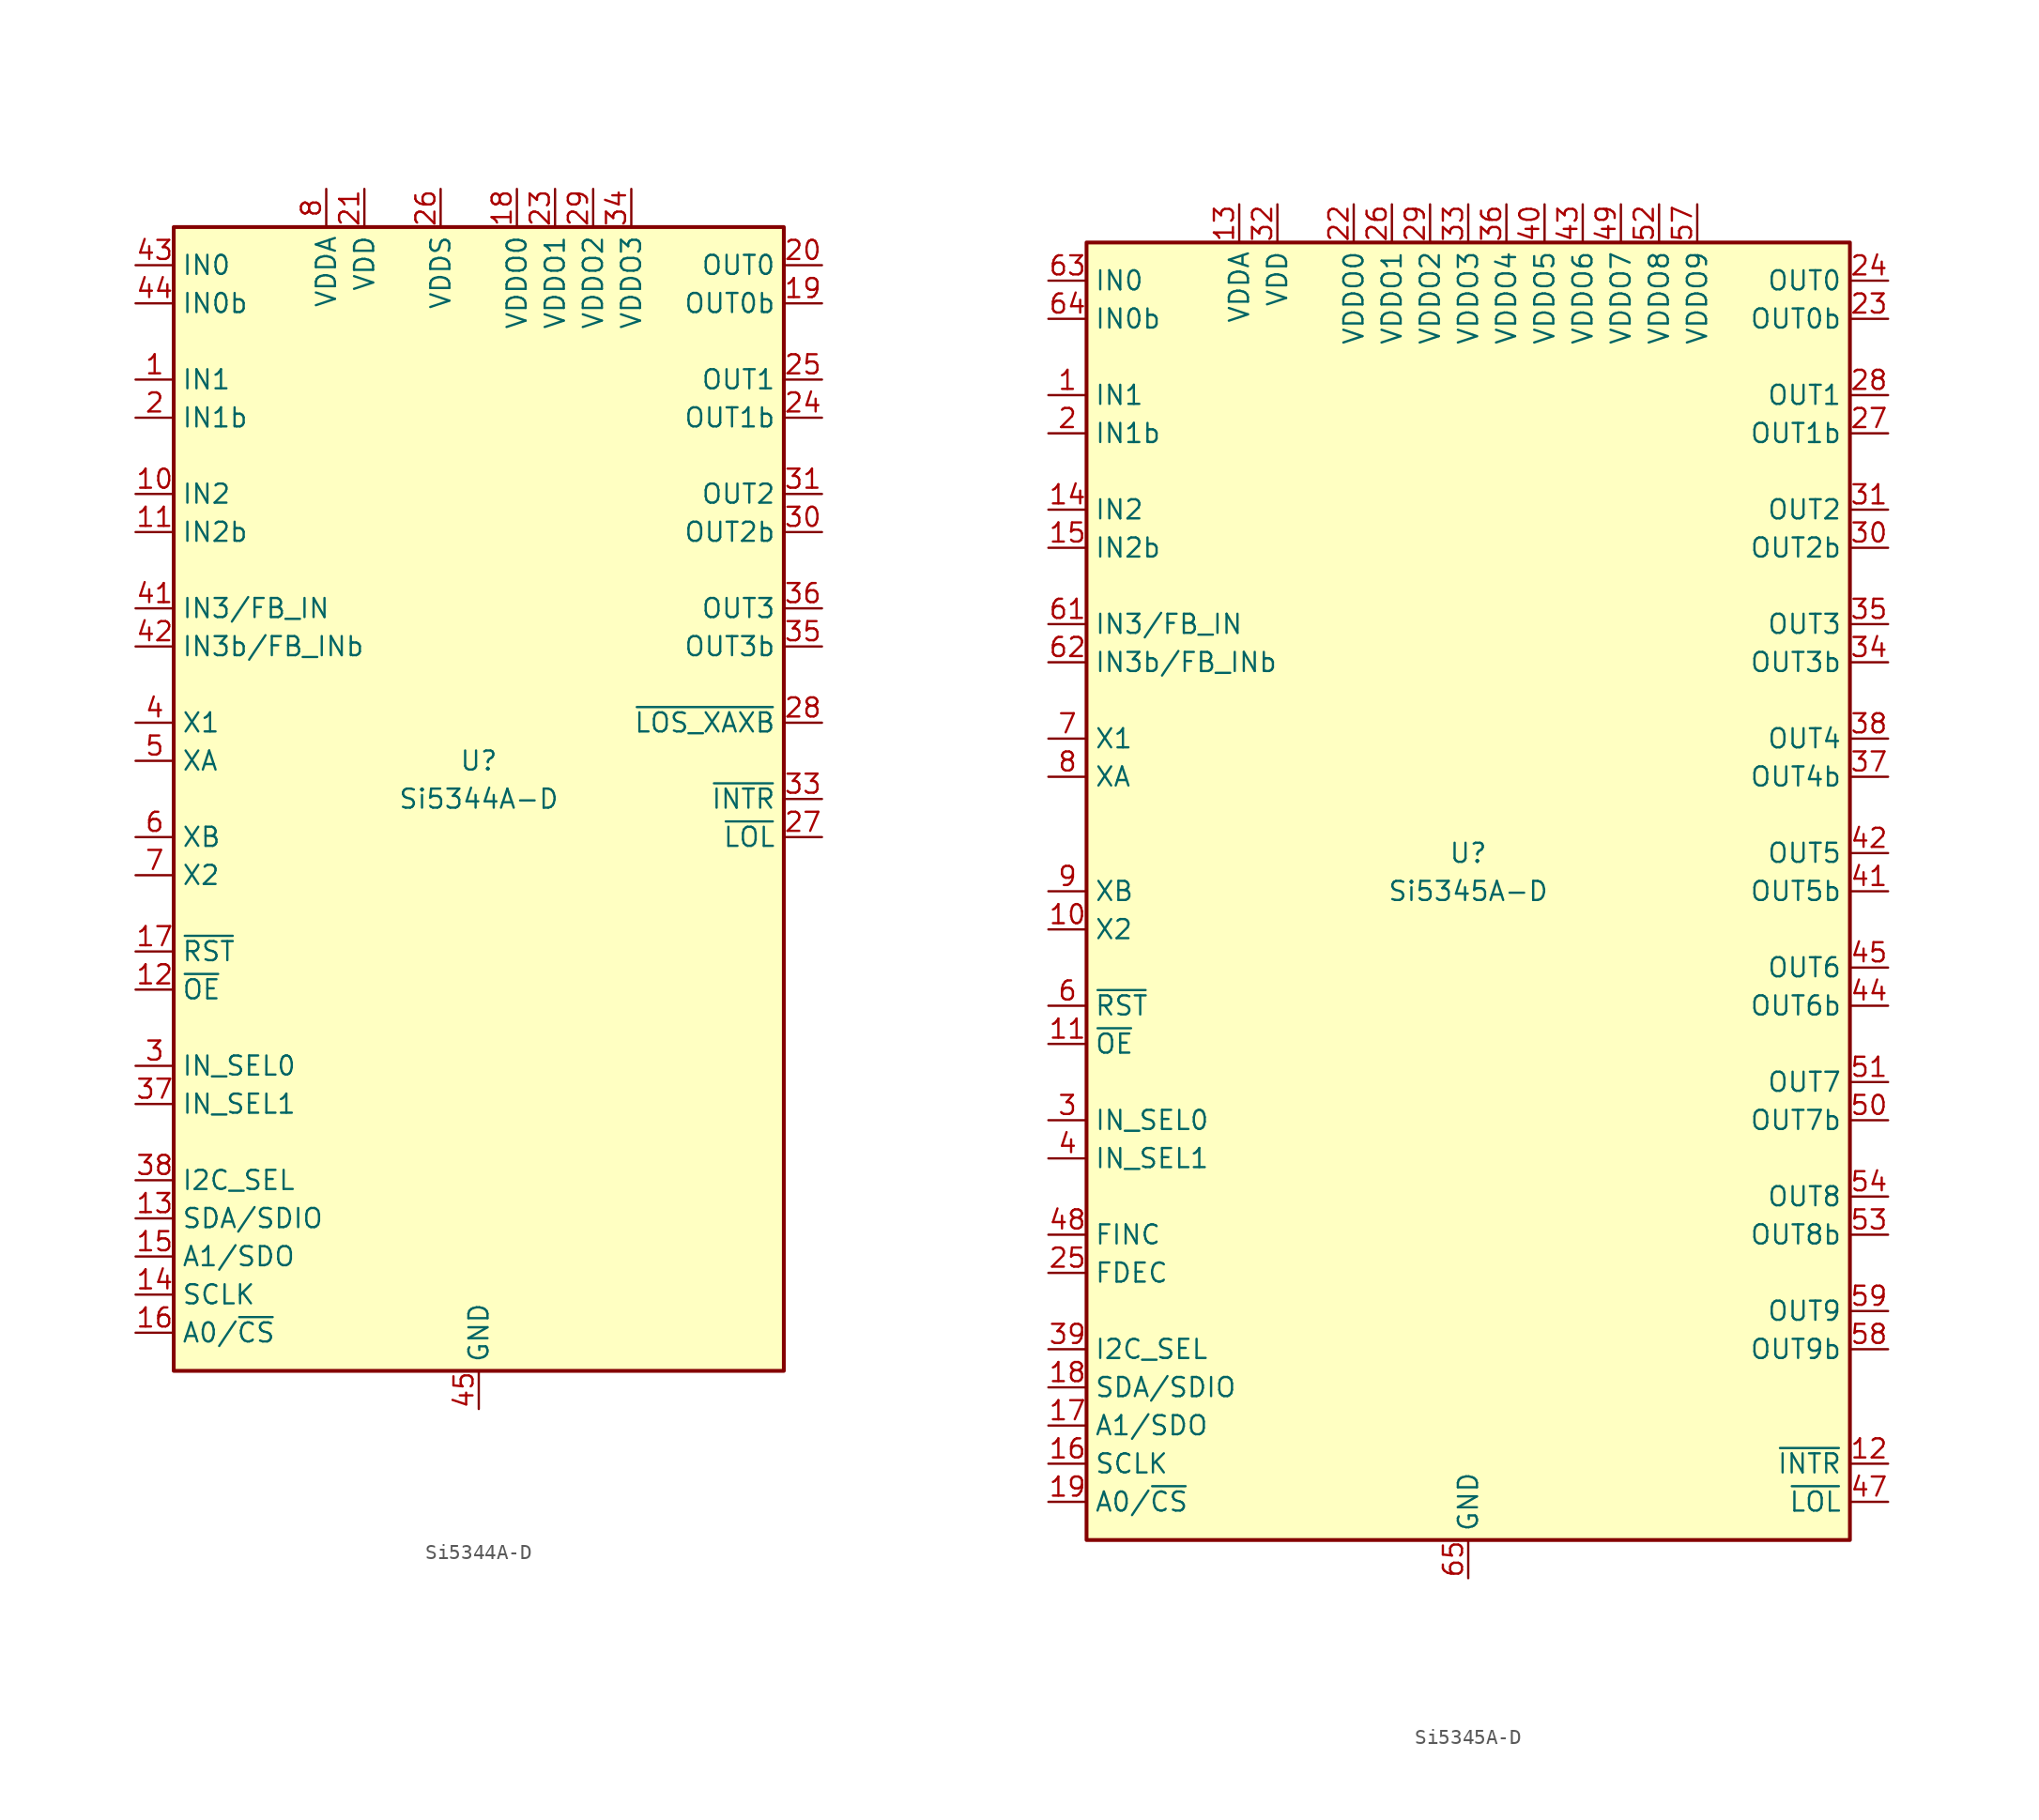
<source format=kicad_sym>
(kicad_symbol_lib
  (version 20241209)
  (generator "kicad_symbol_editor")
  (generator_version "9.0")
  (symbol "Si5344A-D"
    (property "Reference" "U"
      (at 0 2.54 0)
      (effects (font (size 1.27 1.27))))
    (property "Value" "Si5344A-D"
      (at 0 0 0)
      (effects (font (size 1.27 1.27))))
    (symbol "Si5344A-D_0_1"
      (rectangle (start -20.32 38.1) (end 20.32 -38.1) (stroke (width 0.254) (type default)) (fill (type background))))
    (symbol "Si5344A-D_1_1"
      (pin input line (at -22.86 35.56 0) (length 2.54) (name "IN0" (effects (font (size 1.27 1.27)))) (number "43" (effects (font (size 1.27 1.27)))))
      (pin input line (at -22.86 33.02 0) (length 2.54) (name "IN0b" (effects (font (size 1.27 1.27)))) (number "44" (effects (font (size 1.27 1.27)))))
      (pin input line (at -22.86 27.94 0) (length 2.54) (name "IN1" (effects (font (size 1.27 1.27)))) (number "1" (effects (font (size 1.27 1.27)))))
      (pin input line (at -22.86 25.4 0) (length 2.54) (name "IN1b" (effects (font (size 1.27 1.27)))) (number "2" (effects (font (size 1.27 1.27)))))
      (pin input line (at -22.86 20.32 0) (length 2.54) (name "IN2" (effects (font (size 1.27 1.27)))) (number "10" (effects (font (size 1.27 1.27)))))
      (pin input line (at -22.86 17.78 0) (length 2.54) (name "IN2b" (effects (font (size 1.27 1.27)))) (number "11" (effects (font (size 1.27 1.27)))))
      (pin input line (at -22.86 12.7 0) (length 2.54) (name "IN3/FB_IN" (effects (font (size 1.27 1.27)))) (number "41" (effects (font (size 1.27 1.27)))))
      (pin input line (at -22.86 10.16 0) (length 2.54) (name "IN3b/FB_INb" (effects (font (size 1.27 1.27)))) (number "42" (effects (font (size 1.27 1.27)))))
      (pin input line (at -22.86 5.08 0) (length 2.54) (name "X1" (effects (font (size 1.27 1.27)))) (number "4" (effects (font (size 1.27 1.27)))))
      (pin input line (at -22.86 2.54 0) (length 2.54) (name "XA" (effects (font (size 1.27 1.27)))) (number "5" (effects (font (size 1.27 1.27)))))
      (pin input line (at -22.86 -2.54 0) (length 2.54) (name "XB" (effects (font (size 1.27 1.27)))) (number "6" (effects (font (size 1.27 1.27)))))
      (pin input line (at -22.86 -5.08 0) (length 2.54) (name "X2" (effects (font (size 1.27 1.27)))) (number "7" (effects (font (size 1.27 1.27)))))
      (pin input line (at -22.86 -10.16 0) (length 2.54) (name "~{RST}" (effects (font (size 1.27 1.27)))) (number "17" (effects (font (size 1.27 1.27)))))
      (pin input line (at -22.86 -12.7 0) (length 2.54) (name "~{OE}" (effects (font (size 1.27 1.27)))) (number "12" (effects (font (size 1.27 1.27)))))
      (pin input line (at -22.86 -17.78 0) (length 2.54) (name "IN_SEL0" (effects (font (size 1.27 1.27)))) (number "3" (effects (font (size 1.27 1.27)))))
      (pin input line (at -22.86 -20.32 0) (length 2.54) (name "IN_SEL1" (effects (font (size 1.27 1.27)))) (number "37" (effects (font (size 1.27 1.27)))))
      (pin input line (at -22.86 -25.4 0) (length 2.54) (name "I2C_SEL" (effects (font (size 1.27 1.27)))) (number "38" (effects (font (size 1.27 1.27)))))
      (pin bidirectional line (at -22.86 -27.94 0) (length 2.54) (name "SDA/SDIO" (effects (font (size 1.27 1.27)))) (number "13" (effects (font (size 1.27 1.27)))))
      (pin bidirectional line (at -22.86 -30.48 0) (length 2.54) (name "A1/SDO" (effects (font (size 1.27 1.27)))) (number "15" (effects (font (size 1.27 1.27)))))
      (pin input line (at -22.86 -33.02 0) (length 2.54) (name "SCLK" (effects (font (size 1.27 1.27)))) (number "14" (effects (font (size 1.27 1.27)))))
      (pin input line (at -22.86 -35.56 0) (length 2.54) (name "A0/~{CS}" (effects (font (size 1.27 1.27)))) (number "16" (effects (font (size 1.27 1.27)))))
      (pin power_in line (at -10.16 40.64 270) (length 2.54) (name "VDDA" (effects (font (size 1.27 1.27)))) (number "8" (effects (font (size 1.27 1.27)))))
      (pin passive line (at -10.16 40.64 270) (length 2.54) (hide yes) (name "VDDA" (effects (font (size 1.27 1.27)))) (number "9" (effects (font (size 1.27 1.27)))))
      (pin power_in line (at -7.62 40.64 270) (length 2.54) (name "VDD" (effects (font (size 1.27 1.27)))) (number "21" (effects (font (size 1.27 1.27)))))
      (pin passive line (at -7.62 40.64 270) (length 2.54) (hide yes) (name "VDD" (effects (font (size 1.27 1.27)))) (number "32" (effects (font (size 1.27 1.27)))))
      (pin passive line (at -7.62 40.64 270) (length 2.54) (hide yes) (name "VDD" (effects (font (size 1.27 1.27)))) (number "39" (effects (font (size 1.27 1.27)))))
      (pin passive line (at -7.62 40.64 270) (length 2.54) (hide yes) (name "VDD" (effects (font (size 1.27 1.27)))) (number "40" (effects (font (size 1.27 1.27)))))
      (pin power_in line (at -2.54 40.64 270) (length 2.54) (name "VDDS" (effects (font (size 1.27 1.27)))) (number "26" (effects (font (size 1.27 1.27)))))
      (pin power_in line (at 0 -40.64 90) (length 2.54) (name "GND" (effects (font (size 1.27 1.27)))) (number "45" (effects (font (size 1.27 1.27)))))
      (pin power_in line (at 2.54 40.64 270) (length 2.54) (name "VDDO0" (effects (font (size 1.27 1.27)))) (number "18" (effects (font (size 1.27 1.27)))))
      (pin power_in line (at 5.08 40.64 270) (length 2.54) (name "VDDO1" (effects (font (size 1.27 1.27)))) (number "23" (effects (font (size 1.27 1.27)))))
      (pin power_in line (at 7.62 40.64 270) (length 2.54) (name "VDDO2" (effects (font (size 1.27 1.27)))) (number "29" (effects (font (size 1.27 1.27)))))
      (pin power_in line (at 10.16 40.64 270) (length 2.54) (name "VDDO3" (effects (font (size 1.27 1.27)))) (number "34" (effects (font (size 1.27 1.27)))))
      (pin no_connect line (at 20.32 -35.56 180) (length 2.54) (hide yes) (name "NC" (effects (font (size 1.27 1.27)))) (number "22" (effects (font (size 1.27 1.27)))))
      (pin output line (at 22.86 35.56 180) (length 2.54) (name "OUT0" (effects (font (size 1.27 1.27)))) (number "20" (effects (font (size 1.27 1.27)))))
      (pin output line (at 22.86 33.02 180) (length 2.54) (name "OUT0b" (effects (font (size 1.27 1.27)))) (number "19" (effects (font (size 1.27 1.27)))))
      (pin output line (at 22.86 27.94 180) (length 2.54) (name "OUT1" (effects (font (size 1.27 1.27)))) (number "25" (effects (font (size 1.27 1.27)))))
      (pin output line (at 22.86 25.4 180) (length 2.54) (name "OUT1b" (effects (font (size 1.27 1.27)))) (number "24" (effects (font (size 1.27 1.27)))))
      (pin output line (at 22.86 20.32 180) (length 2.54) (name "OUT2" (effects (font (size 1.27 1.27)))) (number "31" (effects (font (size 1.27 1.27)))))
      (pin output line (at 22.86 17.78 180) (length 2.54) (name "OUT2b" (effects (font (size 1.27 1.27)))) (number "30" (effects (font (size 1.27 1.27)))))
      (pin output line (at 22.86 12.7 180) (length 2.54) (name "OUT3" (effects (font (size 1.27 1.27)))) (number "36" (effects (font (size 1.27 1.27)))))
      (pin output line (at 22.86 10.16 180) (length 2.54) (name "OUT3b" (effects (font (size 1.27 1.27)))) (number "35" (effects (font (size 1.27 1.27)))))
      (pin output line (at 22.86 5.08 180) (length 2.54) (name "~{LOS_XAXB}" (effects (font (size 1.27 1.27)))) (number "28" (effects (font (size 1.27 1.27)))))
      (pin output line (at 22.86 0 180) (length 2.54) (name "~{INTR}" (effects (font (size 1.27 1.27)))) (number "33" (effects (font (size 1.27 1.27)))))
      (pin output line (at 22.86 -2.54 180) (length 2.54) (name "~{LOL}" (effects (font (size 1.27 1.27)))) (number "27" (effects (font (size 1.27 1.27)))))))
  (symbol "Si5345A-D"
    (property "Reference" "U"
      (at 0 2.54 0)
      (effects (font (size 1.27 1.27))))
    (property "Value" "Si5345A-D"
      (at 0 0 0)
      (effects (font (size 1.27 1.27))))
    (symbol "Si5345A-D_0_1"
      (rectangle (start -25.4 43.18) (end 25.4 -43.18) (stroke (width 0.254) (type default)) (fill (type background))))
    (symbol "Si5345A-D_1_1"
      (pin input line (at -27.94 40.64 0) (length 2.54) (name "IN0" (effects (font (size 1.27 1.27)))) (number "63" (effects (font (size 1.27 1.27)))))
      (pin input line (at -27.94 38.1 0) (length 2.54) (name "IN0b" (effects (font (size 1.27 1.27)))) (number "64" (effects (font (size 1.27 1.27)))))
      (pin input line (at -27.94 33.02 0) (length 2.54) (name "IN1" (effects (font (size 1.27 1.27)))) (number "1" (effects (font (size 1.27 1.27)))))
      (pin input line (at -27.94 30.48 0) (length 2.54) (name "IN1b" (effects (font (size 1.27 1.27)))) (number "2" (effects (font (size 1.27 1.27)))))
      (pin input line (at -27.94 25.4 0) (length 2.54) (name "IN2" (effects (font (size 1.27 1.27)))) (number "14" (effects (font (size 1.27 1.27)))))
      (pin input line (at -27.94 22.86 0) (length 2.54) (name "IN2b" (effects (font (size 1.27 1.27)))) (number "15" (effects (font (size 1.27 1.27)))))
      (pin input line (at -27.94 17.78 0) (length 2.54) (name "IN3/FB_IN" (effects (font (size 1.27 1.27)))) (number "61" (effects (font (size 1.27 1.27)))))
      (pin input line (at -27.94 15.24 0) (length 2.54) (name "IN3b/FB_INb" (effects (font (size 1.27 1.27)))) (number "62" (effects (font (size 1.27 1.27)))))
      (pin input line (at -27.94 10.16 0) (length 2.54) (name "X1" (effects (font (size 1.27 1.27)))) (number "7" (effects (font (size 1.27 1.27)))))
      (pin input line (at -27.94 7.62 0) (length 2.54) (name "XA" (effects (font (size 1.27 1.27)))) (number "8" (effects (font (size 1.27 1.27)))))
      (pin input line (at -27.94 0 0) (length 2.54) (name "XB" (effects (font (size 1.27 1.27)))) (number "9" (effects (font (size 1.27 1.27)))))
      (pin input line (at -27.94 -2.54 0) (length 2.54) (name "X2" (effects (font (size 1.27 1.27)))) (number "10" (effects (font (size 1.27 1.27)))))
      (pin input line (at -27.94 -7.62 0) (length 2.54) (name "~{RST}" (effects (font (size 1.27 1.27)))) (number "6" (effects (font (size 1.27 1.27)))))
      (pin input line (at -27.94 -10.16 0) (length 2.54) (name "~{OE}" (effects (font (size 1.27 1.27)))) (number "11" (effects (font (size 1.27 1.27)))))
      (pin input line (at -27.94 -15.24 0) (length 2.54) (name "IN_SEL0" (effects (font (size 1.27 1.27)))) (number "3" (effects (font (size 1.27 1.27)))))
      (pin input line (at -27.94 -17.78 0) (length 2.54) (name "IN_SEL1" (effects (font (size 1.27 1.27)))) (number "4" (effects (font (size 1.27 1.27)))))
      (pin input line (at -27.94 -22.86 0) (length 2.54) (name "FINC" (effects (font (size 1.27 1.27)))) (number "48" (effects (font (size 1.27 1.27)))))
      (pin input line (at -27.94 -25.4 0) (length 2.54) (name "FDEC" (effects (font (size 1.27 1.27)))) (number "25" (effects (font (size 1.27 1.27)))))
      (pin input line (at -27.94 -30.48 0) (length 2.54) (name "I2C_SEL" (effects (font (size 1.27 1.27)))) (number "39" (effects (font (size 1.27 1.27)))))
      (pin bidirectional line (at -27.94 -33.02 0) (length 2.54) (name "SDA/SDIO" (effects (font (size 1.27 1.27)))) (number "18" (effects (font (size 1.27 1.27)))))
      (pin bidirectional line (at -27.94 -35.56 0) (length 2.54) (name "A1/SDO" (effects (font (size 1.27 1.27)))) (number "17" (effects (font (size 1.27 1.27)))))
      (pin input line (at -27.94 -38.1 0) (length 2.54) (name "SCLK" (effects (font (size 1.27 1.27)))) (number "16" (effects (font (size 1.27 1.27)))))
      (pin input line (at -27.94 -40.64 0) (length 2.54) (name "A0/~{CS}" (effects (font (size 1.27 1.27)))) (number "19" (effects (font (size 1.27 1.27)))))
      (pin power_in line (at -15.24 45.72 270) (length 2.54) (name "VDDA" (effects (font (size 1.27 1.27)))) (number "13" (effects (font (size 1.27 1.27)))))
      (pin power_in line (at -12.7 45.72 270) (length 2.54) (name "VDD" (effects (font (size 1.27 1.27)))) (number "32" (effects (font (size 1.27 1.27)))))
      (pin passive line (at -12.7 45.72 270) (length 2.54) (hide yes) (name "VDD" (effects (font (size 1.27 1.27)))) (number "46" (effects (font (size 1.27 1.27)))))
      (pin passive line (at -12.7 45.72 270) (length 2.54) (hide yes) (name "VDD" (effects (font (size 1.27 1.27)))) (number "60" (effects (font (size 1.27 1.27)))))
      (pin power_in line (at -7.62 45.72 270) (length 2.54) (name "VDDO0" (effects (font (size 1.27 1.27)))) (number "22" (effects (font (size 1.27 1.27)))))
      (pin power_in line (at -5.08 45.72 270) (length 2.54) (name "VDDO1" (effects (font (size 1.27 1.27)))) (number "26" (effects (font (size 1.27 1.27)))))
      (pin power_in line (at -2.54 45.72 270) (length 2.54) (name "VDDO2" (effects (font (size 1.27 1.27)))) (number "29" (effects (font (size 1.27 1.27)))))
      (pin power_in line (at 0 45.72 270) (length 2.54) (name "VDDO3" (effects (font (size 1.27 1.27)))) (number "33" (effects (font (size 1.27 1.27)))))
      (pin power_in line (at 0 -45.72 90) (length 2.54) (name "GND" (effects (font (size 1.27 1.27)))) (number "65" (effects (font (size 1.27 1.27)))))
      (pin power_in line (at 2.54 45.72 270) (length 2.54) (name "VDDO4" (effects (font (size 1.27 1.27)))) (number "36" (effects (font (size 1.27 1.27)))))
      (pin power_in line (at 5.08 45.72 270) (length 2.54) (name "VDDO5" (effects (font (size 1.27 1.27)))) (number "40" (effects (font (size 1.27 1.27)))))
      (pin power_in line (at 7.62 45.72 270) (length 2.54) (name "VDDO6" (effects (font (size 1.27 1.27)))) (number "43" (effects (font (size 1.27 1.27)))))
      (pin power_in line (at 10.16 45.72 270) (length 2.54) (name "VDDO7" (effects (font (size 1.27 1.27)))) (number "49" (effects (font (size 1.27 1.27)))))
      (pin power_in line (at 12.7 45.72 270) (length 2.54) (name "VDDO8" (effects (font (size 1.27 1.27)))) (number "52" (effects (font (size 1.27 1.27)))))
      (pin power_in line (at 15.24 45.72 270) (length 2.54) (name "VDDO9" (effects (font (size 1.27 1.27)))) (number "57" (effects (font (size 1.27 1.27)))))
      (pin no_connect line (at 25.4 35.56 180) (length 2.54) (hide yes) (name "NC" (effects (font (size 1.27 1.27)))) (number "5" (effects (font (size 1.27 1.27)))))
      (pin no_connect line (at 25.4 27.94 180) (length 2.54) (hide yes) (name "NC" (effects (font (size 1.27 1.27)))) (number "20" (effects (font (size 1.27 1.27)))))
      (pin no_connect line (at 25.4 20.32 180) (length 2.54) (hide yes) (name "NC" (effects (font (size 1.27 1.27)))) (number "21" (effects (font (size 1.27 1.27)))))
      (pin no_connect line (at 25.4 12.7 180) (length 2.54) (hide yes) (name "NC" (effects (font (size 1.27 1.27)))) (number "55" (effects (font (size 1.27 1.27)))))
      (pin no_connect line (at 25.4 5.08 180) (length 2.54) (hide yes) (name "NC" (effects (font (size 1.27 1.27)))) (number "56" (effects (font (size 1.27 1.27)))))
      (pin output line (at 27.94 40.64 180) (length 2.54) (name "OUT0" (effects (font (size 1.27 1.27)))) (number "24" (effects (font (size 1.27 1.27)))))
      (pin output line (at 27.94 38.1 180) (length 2.54) (name "OUT0b" (effects (font (size 1.27 1.27)))) (number "23" (effects (font (size 1.27 1.27)))))
      (pin output line (at 27.94 33.02 180) (length 2.54) (name "OUT1" (effects (font (size 1.27 1.27)))) (number "28" (effects (font (size 1.27 1.27)))))
      (pin output line (at 27.94 30.48 180) (length 2.54) (name "OUT1b" (effects (font (size 1.27 1.27)))) (number "27" (effects (font (size 1.27 1.27)))))
      (pin output line (at 27.94 25.4 180) (length 2.54) (name "OUT2" (effects (font (size 1.27 1.27)))) (number "31" (effects (font (size 1.27 1.27)))))
      (pin output line (at 27.94 22.86 180) (length 2.54) (name "OUT2b" (effects (font (size 1.27 1.27)))) (number "30" (effects (font (size 1.27 1.27)))))
      (pin output line (at 27.94 17.78 180) (length 2.54) (name "OUT3" (effects (font (size 1.27 1.27)))) (number "35" (effects (font (size 1.27 1.27)))))
      (pin output line (at 27.94 15.24 180) (length 2.54) (name "OUT3b" (effects (font (size 1.27 1.27)))) (number "34" (effects (font (size 1.27 1.27)))))
      (pin output line (at 27.94 10.16 180) (length 2.54) (name "OUT4" (effects (font (size 1.27 1.27)))) (number "38" (effects (font (size 1.27 1.27)))))
      (pin output line (at 27.94 7.62 180) (length 2.54) (name "OUT4b" (effects (font (size 1.27 1.27)))) (number "37" (effects (font (size 1.27 1.27)))))
      (pin output line (at 27.94 2.54 180) (length 2.54) (name "OUT5" (effects (font (size 1.27 1.27)))) (number "42" (effects (font (size 1.27 1.27)))))
      (pin output line (at 27.94 0 180) (length 2.54) (name "OUT5b" (effects (font (size 1.27 1.27)))) (number "41" (effects (font (size 1.27 1.27)))))
      (pin output line (at 27.94 -5.08 180) (length 2.54) (name "OUT6" (effects (font (size 1.27 1.27)))) (number "45" (effects (font (size 1.27 1.27)))))
      (pin output line (at 27.94 -7.62 180) (length 2.54) (name "OUT6b" (effects (font (size 1.27 1.27)))) (number "44" (effects (font (size 1.27 1.27)))))
      (pin output line (at 27.94 -12.7 180) (length 2.54) (name "OUT7" (effects (font (size 1.27 1.27)))) (number "51" (effects (font (size 1.27 1.27)))))
      (pin output line (at 27.94 -15.24 180) (length 2.54) (name "OUT7b" (effects (font (size 1.27 1.27)))) (number "50" (effects (font (size 1.27 1.27)))))
      (pin output line (at 27.94 -20.32 180) (length 2.54) (name "OUT8" (effects (font (size 1.27 1.27)))) (number "54" (effects (font (size 1.27 1.27)))))
      (pin output line (at 27.94 -22.86 180) (length 2.54) (name "OUT8b" (effects (font (size 1.27 1.27)))) (number "53" (effects (font (size 1.27 1.27)))))
      (pin output line (at 27.94 -27.94 180) (length 2.54) (name "OUT9" (effects (font (size 1.27 1.27)))) (number "59" (effects (font (size 1.27 1.27)))))
      (pin output line (at 27.94 -30.48 180) (length 2.54) (name "OUT9b" (effects (font (size 1.27 1.27)))) (number "58" (effects (font (size 1.27 1.27)))))
      (pin output line (at 27.94 -38.1 180) (length 2.54) (name "~{INTR}" (effects (font (size 1.27 1.27)))) (number "12" (effects (font (size 1.27 1.27)))))
      (pin output line (at 27.94 -40.64 180) (length 2.54) (name "~{LOL}" (effects (font (size 1.27 1.27)))) (number "47" (effects (font (size 1.27 1.27))))))))
</source>
